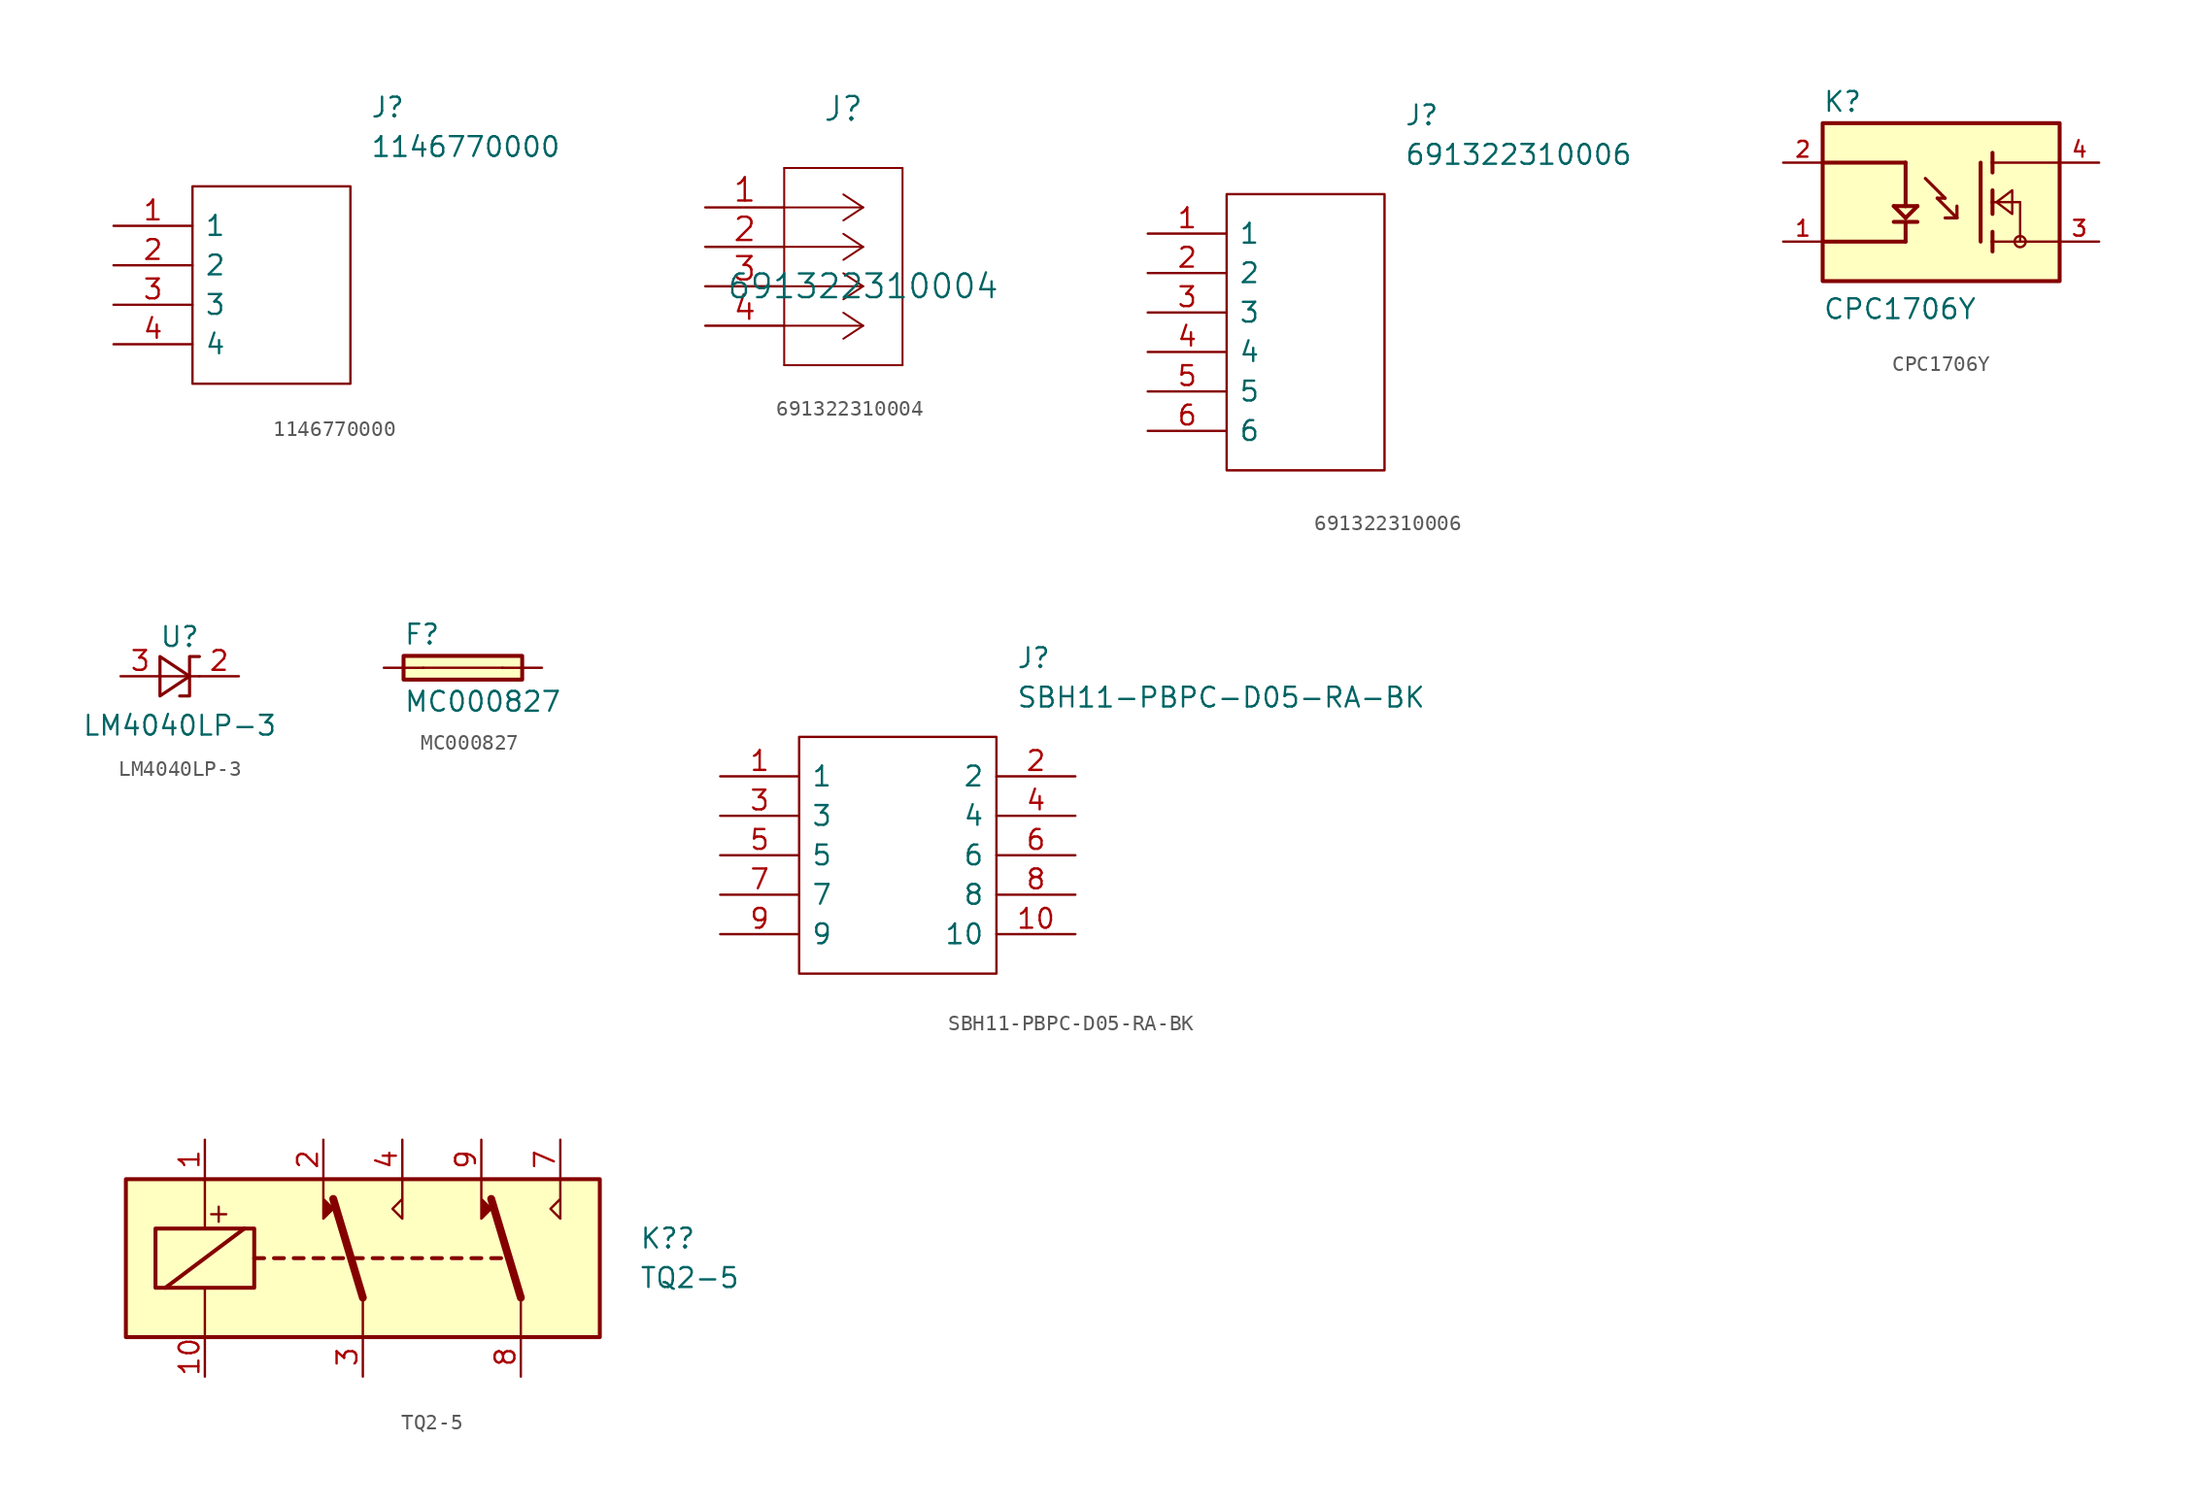
<source format=kicad_sym>
(kicad_symbol_lib
  (version 20220914)
  (generator kicad_symbol_editor)
  (symbol "1146770000"
    (pin_names
      (offset 0.762))
    (property "Reference" "J"
      (at 16.51 7.62 0)
      (effects (font (size 1.27 1.27)) (justify left)))
    (property "Value" "1146770000"
      (at 16.51 5.08 0)
      (effects (font (size 1.27 1.27)) (justify left)))
    (symbol "1146770000_0_0"
      (pin passive line (at 0 0 0) (length 5.08) (name "1" (effects (font (size 1.27 1.27)))) (number "1" (effects (font (size 1.27 1.27)))))
      (pin passive line (at 0 -2.54 0) (length 5.08) (name "2" (effects (font (size 1.27 1.27)))) (number "2" (effects (font (size 1.27 1.27)))))
      (pin passive line (at 0 -5.08 0) (length 5.08) (name "3" (effects (font (size 1.27 1.27)))) (number "3" (effects (font (size 1.27 1.27)))))
      (pin passive line (at 0 -7.62 0) (length 5.08) (name "4" (effects (font (size 1.27 1.27)))) (number "4" (effects (font (size 1.27 1.27))))))
    (symbol "1146770000_0_1"
      (polyline (pts (xy 5.08 2.54) (xy 15.24 2.54) (xy 15.24 -10.16) (xy 5.08 -10.16) (xy 5.08 2.54)) (stroke (width 0.152) (type default)) (fill (type none)))))
  (symbol "691322310004"
    (pin_names
      (offset 0.254) hide)
    (property "Reference" "J"
      (at 8.89 6.35 0)
      (effects (font (size 1.524 1.524))))
    (property "Value" "691322310004"
      (at 10.16 -5.08 0)
      (effects (font (size 1.524 1.524))))
    (property "Datasheet" ""
      (at 0 0 0)
      (effects (font (size 1.524 1.524))))
    (property "ki_locked" ""
      (at 0 0 0)
      (effects (font (size 1.27 1.27))))
    (symbol "691322310004_1_1"
      (polyline (pts (xy 5.08 -10.16) (xy 12.7 -10.16)) (stroke (width 0.127) (type default)) (fill (type none)))
      (polyline (pts (xy 5.08 2.54) (xy 5.08 -10.16)) (stroke (width 0.127) (type default)) (fill (type none)))
      (polyline (pts (xy 10.16 -7.62) (xy 5.08 -7.62)) (stroke (width 0.127) (type default)) (fill (type none)))
      (polyline (pts (xy 10.16 -7.62) (xy 8.89 -8.458)) (stroke (width 0.127) (type default)) (fill (type none)))
      (polyline (pts (xy 10.16 -7.62) (xy 8.89 -6.782)) (stroke (width 0.127) (type default)) (fill (type none)))
      (polyline (pts (xy 10.16 -5.08) (xy 5.08 -5.08)) (stroke (width 0.127) (type default)) (fill (type none)))
      (polyline (pts (xy 10.16 -5.08) (xy 8.89 -5.918)) (stroke (width 0.127) (type default)) (fill (type none)))
      (polyline (pts (xy 10.16 -5.08) (xy 8.89 -4.242)) (stroke (width 0.127) (type default)) (fill (type none)))
      (polyline (pts (xy 10.16 -2.54) (xy 5.08 -2.54)) (stroke (width 0.127) (type default)) (fill (type none)))
      (polyline (pts (xy 10.16 -2.54) (xy 8.89 -3.378)) (stroke (width 0.127) (type default)) (fill (type none)))
      (polyline (pts (xy 10.16 -2.54) (xy 8.89 -1.702)) (stroke (width 0.127) (type default)) (fill (type none)))
      (polyline (pts (xy 10.16 0) (xy 5.08 0)) (stroke (width 0.127) (type default)) (fill (type none)))
      (polyline (pts (xy 10.16 0) (xy 8.89 -0.838)) (stroke (width 0.127) (type default)) (fill (type none)))
      (polyline (pts (xy 10.16 0) (xy 8.89 0.838)) (stroke (width 0.127) (type default)) (fill (type none)))
      (polyline (pts (xy 12.7 -10.16) (xy 12.7 2.54)) (stroke (width 0.127) (type default)) (fill (type none)))
      (polyline (pts (xy 12.7 2.54) (xy 5.08 2.54)) (stroke (width 0.127) (type default)) (fill (type none)))
      (pin unspecified line (at 0 0 0) (length 5.08) (name "1" (effects (font (size 1.499 1.499)))) (number "1" (effects (font (size 1.499 1.499)))))
      (pin unspecified line (at 0 -2.54 0) (length 5.08) (name "2" (effects (font (size 1.499 1.499)))) (number "2" (effects (font (size 1.499 1.499)))))
      (pin unspecified line (at 0 -5.08 0) (length 5.08) (name "3" (effects (font (size 1.499 1.499)))) (number "3" (effects (font (size 1.499 1.499)))))
      (pin unspecified line (at 0 -7.62 0) (length 5.08) (name "4" (effects (font (size 1.499 1.499)))) (number "4" (effects (font (size 1.499 1.499)))))))
  (symbol "691322310006"
    (pin_names
      (offset 0.762))
    (property "Reference" "J"
      (at 16.51 7.62 0)
      (effects (font (size 1.27 1.27)) (justify left)))
    (property "Value" "691322310006"
      (at 16.51 5.08 0)
      (effects (font (size 1.27 1.27)) (justify left)))
    (symbol "691322310006_0_0"
      (pin passive line (at 0 0 0) (length 5.08) (name "1" (effects (font (size 1.27 1.27)))) (number "1" (effects (font (size 1.27 1.27)))))
      (pin passive line (at 0 -2.54 0) (length 5.08) (name "2" (effects (font (size 1.27 1.27)))) (number "2" (effects (font (size 1.27 1.27)))))
      (pin passive line (at 0 -5.08 0) (length 5.08) (name "3" (effects (font (size 1.27 1.27)))) (number "3" (effects (font (size 1.27 1.27)))))
      (pin passive line (at 0 -7.62 0) (length 5.08) (name "4" (effects (font (size 1.27 1.27)))) (number "4" (effects (font (size 1.27 1.27)))))
      (pin passive line (at 0 -10.16 0) (length 5.08) (name "5" (effects (font (size 1.27 1.27)))) (number "5" (effects (font (size 1.27 1.27)))))
      (pin passive line (at 0 -12.7 0) (length 5.08) (name "6" (effects (font (size 1.27 1.27)))) (number "6" (effects (font (size 1.27 1.27))))))
    (symbol "691322310006_0_1"
      (polyline (pts (xy 5.08 2.54) (xy 15.24 2.54) (xy 15.24 -15.24) (xy 5.08 -15.24) (xy 5.08 2.54)) (stroke (width 0.152) (type default)) (fill (type none)))))
  (symbol "CPC1706Y"
    (pin_names
      (offset 1.016) hide)
    (property "Reference" "K"
      (at -7.62 5.715 0)
      (effects (font (size 1.27 1.27)) (justify left bottom)))
    (property "Value" "CPC1706Y"
      (at -7.62 -7.62 0)
      (effects (font (size 1.27 1.27)) (justify left bottom)))
    (property "ki_locked" ""
      (at 0 0 0)
      (effects (font (size 1.27 1.27))))
    (symbol "CPC1706Y_0_0"
      (rectangle (start -7.62 -5.08) (end 7.62 5.08) (stroke (width 0.254) (type default)) (fill (type background)))
      (polyline (pts (xy -7.62 2.54) (xy -2.286 2.54)) (stroke (width 0.254) (type default)) (fill (type none)))
      (polyline (pts (xy -3.048 -1.27) (xy -1.524 -1.27)) (stroke (width 0.254) (type default)) (fill (type none)))
      (polyline (pts (xy -3.048 -0.254) (xy -2.286 -1.016)) (stroke (width 0.254) (type default)) (fill (type none)))
      (polyline (pts (xy -2.286 -2.54) (xy -7.62 -2.54)) (stroke (width 0.254) (type default)) (fill (type none)))
      (polyline (pts (xy -2.286 -1.27) (xy -2.286 -2.54)) (stroke (width 0.254) (type default)) (fill (type none)))
      (polyline (pts (xy -2.286 -1.016) (xy -1.524 -0.254)) (stroke (width 0.254) (type default)) (fill (type none)))
      (polyline (pts (xy -2.286 -0.254) (xy -3.048 -0.254)) (stroke (width 0.254) (type default)) (fill (type none)))
      (polyline (pts (xy -2.286 -0.254) (xy -1.524 -0.254)) (stroke (width 0.254) (type default)) (fill (type none)))
      (polyline (pts (xy -2.286 2.54) (xy -2.286 -0.254)) (stroke (width 0.254) (type default)) (fill (type none)))
      (polyline (pts (xy -1.016 1.524) (xy 0.254 0.254)) (stroke (width 0.203) (type default)) (fill (type none)))
      (polyline (pts (xy -0.254 0.254) (xy 1.016 -1.016)) (stroke (width 0.203) (type default)) (fill (type none)))
      (polyline (pts (xy 0.254 0.254) (xy -0.254 0.254)) (stroke (width 0.203) (type default)) (fill (type none)))
      (polyline (pts (xy 1.016 -1.016) (xy 0.254 -1.016)) (stroke (width 0.203) (type default)) (fill (type none)))
      (polyline (pts (xy 1.016 -1.016) (xy 1.016 -0.254)) (stroke (width 0.203) (type default)) (fill (type none)))
      (polyline (pts (xy 2.54 2.54) (xy 2.54 -2.54)) (stroke (width 0.254) (type default)) (fill (type none)))
      (polyline (pts (xy 3.302 -2.54) (xy 3.302 -3.175)) (stroke (width 0.254) (type default)) (fill (type none)))
      (polyline (pts (xy 3.302 -1.905) (xy 3.302 -2.54)) (stroke (width 0.254) (type default)) (fill (type none)))
      (polyline (pts (xy 3.302 0) (xy 3.302 -0.762)) (stroke (width 0.254) (type default)) (fill (type none)))
      (polyline (pts (xy 3.302 0) (xy 5.08 0)) (stroke (width 0.152) (type default)) (fill (type none)))
      (polyline (pts (xy 3.302 0.762) (xy 3.302 0)) (stroke (width 0.254) (type default)) (fill (type none)))
      (polyline (pts (xy 3.302 2.54) (xy 3.302 1.905)) (stroke (width 0.254) (type default)) (fill (type none)))
      (polyline (pts (xy 3.302 2.54) (xy 7.62 2.54)) (stroke (width 0.152) (type default)) (fill (type none)))
      (polyline (pts (xy 3.302 3.175) (xy 3.302 2.54)) (stroke (width 0.254) (type default)) (fill (type none)))
      (polyline (pts (xy 5.08 -2.54) (xy 3.302 -2.54)) (stroke (width 0.152) (type default)) (fill (type none)))
      (polyline (pts (xy 5.08 -2.54) (xy 7.62 -2.54)) (stroke (width 0.152) (type default)) (fill (type none)))
      (polyline (pts (xy 5.08 0) (xy 5.08 -2.54)) (stroke (width 0.152) (type default)) (fill (type none)))
      (polyline (pts (xy 3.556 0) (xy 4.572 0.762) (xy 4.572 -0.762) (xy 3.556 0)) (stroke (width 0.152) (type default)) (fill (type background)))
      (circle (center 5.08 -2.54) (radius 0.356) (stroke (width 0) (type default)) (fill (type none)))
      (pin passive line (at -10.16 -2.54 0) (length 2.54) (name "~" (effects (font (size 1.016 1.016)))) (number "1" (effects (font (size 1.016 1.016)))))
      (pin passive line (at -10.16 2.54 0) (length 2.54) (name "~" (effects (font (size 1.016 1.016)))) (number "2" (effects (font (size 1.016 1.016)))))
      (pin passive line (at 10.16 -2.54 180) (length 2.54) (name "~" (effects (font (size 1.016 1.016)))) (number "3" (effects (font (size 1.016 1.016)))))
      (pin passive line (at 10.16 2.54 180) (length 2.54) (name "~" (effects (font (size 1.016 1.016)))) (number "4" (effects (font (size 1.016 1.016)))))))
  (symbol "LM4040LP-3"
    (pin_names
      (offset 0.025) hide)
    (property "Reference" "U"
      (at 0 2.54 0)
      (effects (font (size 1.27 1.27))))
    (property "Value" "LM4040LP-3"
      (at 0 -3.175 0)
      (effects (font (size 1.27 1.27))))
    (symbol "LM4040LP-3_0_1"
      (polyline (pts (xy -1.27 0) (xy 0 0) (xy 1.27 0)) (stroke (width 0) (type default)) (fill (type none)))
      (polyline (pts (xy -1.27 -1.27) (xy 0.635 0) (xy -1.27 1.27) (xy -1.27 -1.27)) (stroke (width 0.203) (type default)) (fill (type none)))
      (polyline (pts (xy 0 -1.27) (xy 0.635 -1.27) (xy 0.635 1.27) (xy 1.27 1.27)) (stroke (width 0.203) (type default)) (fill (type none))))
    (symbol "LM4040LP-3_1_1"
      (pin passive line (at 3.81 0 180) (length 2.54) (name "K" (effects (font (size 1.27 1.27)))) (number "2" (effects (font (size 1.27 1.27)))))
      (pin passive line (at -3.81 0 0) (length 2.54) (name "A" (effects (font (size 1.27 1.27)))) (number "3" (effects (font (size 1.27 1.27)))))))
  (symbol "MC000827"
    (pin_numbers hide)
    (pin_names
      (offset 1.016) hide)
    (property "Reference" "F"
      (at -3.81 1.397 0)
      (effects (font (size 1.27 1.27)) (justify left bottom)))
    (property "Value" "MC000827"
      (at -3.81 -2.921 0)
      (effects (font (size 1.27 1.27)) (justify left bottom)))
    (property "ki_locked" ""
      (at 0 0 0)
      (effects (font (size 1.27 1.27))))
    (symbol "MC000827_0_0"
      (rectangle (start -3.81 -0.762) (end 3.81 0.762) (stroke (width 0.254) (type default)) (fill (type background)))
      (polyline (pts (xy -2.54 0) (xy 2.54 0)) (stroke (width 0.152) (type default)) (fill (type none)))
      (pin passive line (at -5.08 0 0) (length 2.54) (name "~" (effects (font (size 1.016 1.016)))) (number "P$1" (effects (font (size 1.016 1.016)))))
      (pin passive line (at 5.08 0 180) (length 2.54) (name "~" (effects (font (size 1.016 1.016)))) (number "P$2" (effects (font (size 1.016 1.016)))))))
  (symbol "SBH11-PBPC-D05-RA-BK"
    (pin_names
      (offset 0.762))
    (property "Reference" "J"
      (at 19.05 7.62 0)
      (effects (font (size 1.27 1.27)) (justify left)))
    (property "Value" "SBH11-PBPC-D05-RA-BK"
      (at 19.05 5.08 0)
      (effects (font (size 1.27 1.27)) (justify left)))
    (symbol "SBH11-PBPC-D05-RA-BK_0_0"
      (pin passive line (at 0 0 0) (length 5.08) (name "1" (effects (font (size 1.27 1.27)))) (number "1" (effects (font (size 1.27 1.27)))))
      (pin passive line (at 22.86 -10.16 180) (length 5.08) (name "10" (effects (font (size 1.27 1.27)))) (number "10" (effects (font (size 1.27 1.27)))))
      (pin passive line (at 22.86 0 180) (length 5.08) (name "2" (effects (font (size 1.27 1.27)))) (number "2" (effects (font (size 1.27 1.27)))))
      (pin passive line (at 0 -2.54 0) (length 5.08) (name "3" (effects (font (size 1.27 1.27)))) (number "3" (effects (font (size 1.27 1.27)))))
      (pin passive line (at 22.86 -2.54 180) (length 5.08) (name "4" (effects (font (size 1.27 1.27)))) (number "4" (effects (font (size 1.27 1.27)))))
      (pin passive line (at 0 -5.08 0) (length 5.08) (name "5" (effects (font (size 1.27 1.27)))) (number "5" (effects (font (size 1.27 1.27)))))
      (pin passive line (at 22.86 -5.08 180) (length 5.08) (name "6" (effects (font (size 1.27 1.27)))) (number "6" (effects (font (size 1.27 1.27)))))
      (pin passive line (at 0 -7.62 0) (length 5.08) (name "7" (effects (font (size 1.27 1.27)))) (number "7" (effects (font (size 1.27 1.27)))))
      (pin passive line (at 22.86 -7.62 180) (length 5.08) (name "8" (effects (font (size 1.27 1.27)))) (number "8" (effects (font (size 1.27 1.27)))))
      (pin passive line (at 0 -10.16 0) (length 5.08) (name "9" (effects (font (size 1.27 1.27)))) (number "9" (effects (font (size 1.27 1.27))))))
    (symbol "SBH11-PBPC-D05-RA-BK_0_1"
      (polyline (pts (xy 5.08 2.54) (xy 17.78 2.54) (xy 17.78 -12.7) (xy 5.08 -12.7) (xy 5.08 2.54)) (stroke (width 0.152) (type default)) (fill (type none)))))
  (symbol "TQ2-5"
    (property "Reference" "K?"
      (at 17.78 1.27 0)
      (effects (font (size 1.27 1.27)) (justify left)))
    (property "Value" "TQ2-5"
      (at 17.78 -1.27 0)
      (effects (font (size 1.27 1.27)) (justify left)))
    (symbol "TQ2-5_0_0"
      (text "+" (at -9.271 2.921 0) (effects (font (size 1.27 1.27)))))
    (symbol "TQ2-5_0_1"
      (rectangle (start -15.24 5.08) (end 15.24 -5.08) (stroke (width 0.254) (type default)) (fill (type background)))
      (rectangle (start -13.335 1.905) (end -6.985 -1.905) (stroke (width 0.254) (type default)) (fill (type none)))
      (polyline (pts (xy -12.7 -1.905) (xy -7.62 1.905)) (stroke (width 0.254) (type default)) (fill (type none)))
      (polyline (pts (xy -10.16 -5.08) (xy -10.16 -1.905)) (stroke (width 0) (type default)) (fill (type none)))
      (polyline (pts (xy -10.16 5.08) (xy -10.16 1.905)) (stroke (width 0) (type default)) (fill (type none)))
      (polyline (pts (xy -6.985 0) (xy -6.35 0)) (stroke (width 0.254) (type default)) (fill (type none)))
      (polyline (pts (xy -5.715 0) (xy -5.08 0)) (stroke (width 0.254) (type default)) (fill (type none)))
      (polyline (pts (xy -4.445 0) (xy -3.81 0)) (stroke (width 0.254) (type default)) (fill (type none)))
      (polyline (pts (xy -3.175 0) (xy -2.54 0)) (stroke (width 0.254) (type default)) (fill (type none)))
      (polyline (pts (xy -1.905 0) (xy -1.27 0)) (stroke (width 0.254) (type default)) (fill (type none)))
      (polyline (pts (xy -0.635 0) (xy 0 0)) (stroke (width 0.254) (type default)) (fill (type none)))
      (polyline (pts (xy 0 -2.54) (xy -1.905 3.81)) (stroke (width 0.508) (type default)) (fill (type none)))
      (polyline (pts (xy 0 -2.54) (xy 0 -5.08)) (stroke (width 0) (type default)) (fill (type none)))
      (polyline (pts (xy 0.635 0) (xy 1.27 0)) (stroke (width 0.254) (type default)) (fill (type none)))
      (polyline (pts (xy 1.905 0) (xy 2.54 0)) (stroke (width 0.254) (type default)) (fill (type none)))
      (polyline (pts (xy 3.175 0) (xy 3.81 0)) (stroke (width 0.254) (type default)) (fill (type none)))
      (polyline (pts (xy 4.445 0) (xy 5.08 0)) (stroke (width 0.254) (type default)) (fill (type none)))
      (polyline (pts (xy 5.715 0) (xy 6.35 0)) (stroke (width 0.254) (type default)) (fill (type none)))
      (polyline (pts (xy 6.985 0) (xy 7.62 0)) (stroke (width 0.254) (type default)) (fill (type none)))
      (polyline (pts (xy 8.255 0) (xy 8.89 0)) (stroke (width 0.254) (type default)) (fill (type none)))
      (polyline (pts (xy 10.16 -2.54) (xy 8.255 3.81)) (stroke (width 0.508) (type default)) (fill (type none)))
      (polyline (pts (xy 10.16 -2.54) (xy 10.16 -5.08)) (stroke (width 0) (type default)) (fill (type none)))
      (polyline (pts (xy -2.54 5.08) (xy -2.54 2.54) (xy -1.905 3.175) (xy -2.54 3.81)) (stroke (width 0) (type default)) (fill (type outline)))
      (polyline (pts (xy 2.54 5.08) (xy 2.54 2.54) (xy 1.905 3.175) (xy 2.54 3.81)) (stroke (width 0) (type default)) (fill (type none)))
      (polyline (pts (xy 7.62 5.08) (xy 7.62 2.54) (xy 8.255 3.175) (xy 7.62 3.81)) (stroke (width 0) (type default)) (fill (type outline)))
      (polyline (pts (xy 12.7 5.08) (xy 12.7 2.54) (xy 12.065 3.175) (xy 12.7 3.81)) (stroke (width 0) (type default)) (fill (type none))))
    (symbol "TQ2-5_1_1"
      (pin passive line (at -10.16 7.62 270) (length 2.54) (name "~" (effects (font (size 1.27 1.27)))) (number "1" (effects (font (size 1.27 1.27)))))
      (pin passive line (at -10.16 -7.62 90) (length 2.54) (name "~" (effects (font (size 1.27 1.27)))) (number "10" (effects (font (size 1.27 1.27)))))
      (pin passive line (at -2.54 7.62 270) (length 2.54) (name "~" (effects (font (size 1.27 1.27)))) (number "2" (effects (font (size 1.27 1.27)))))
      (pin passive line (at 0 -7.62 90) (length 2.54) (name "~" (effects (font (size 1.27 1.27)))) (number "3" (effects (font (size 1.27 1.27)))))
      (pin passive line (at 2.54 7.62 270) (length 2.54) (name "~" (effects (font (size 1.27 1.27)))) (number "4" (effects (font (size 1.27 1.27)))))
      (pin passive line (at 12.7 7.62 270) (length 2.54) (name "~" (effects (font (size 1.27 1.27)))) (number "7" (effects (font (size 1.27 1.27)))))
      (pin passive line (at 10.16 -7.62 90) (length 2.54) (name "~" (effects (font (size 1.27 1.27)))) (number "8" (effects (font (size 1.27 1.27)))))
      (pin passive line (at 7.62 7.62 270) (length 2.54) (name "~" (effects (font (size 1.27 1.27)))) (number "9" (effects (font (size 1.27 1.27))))))))
</source>
